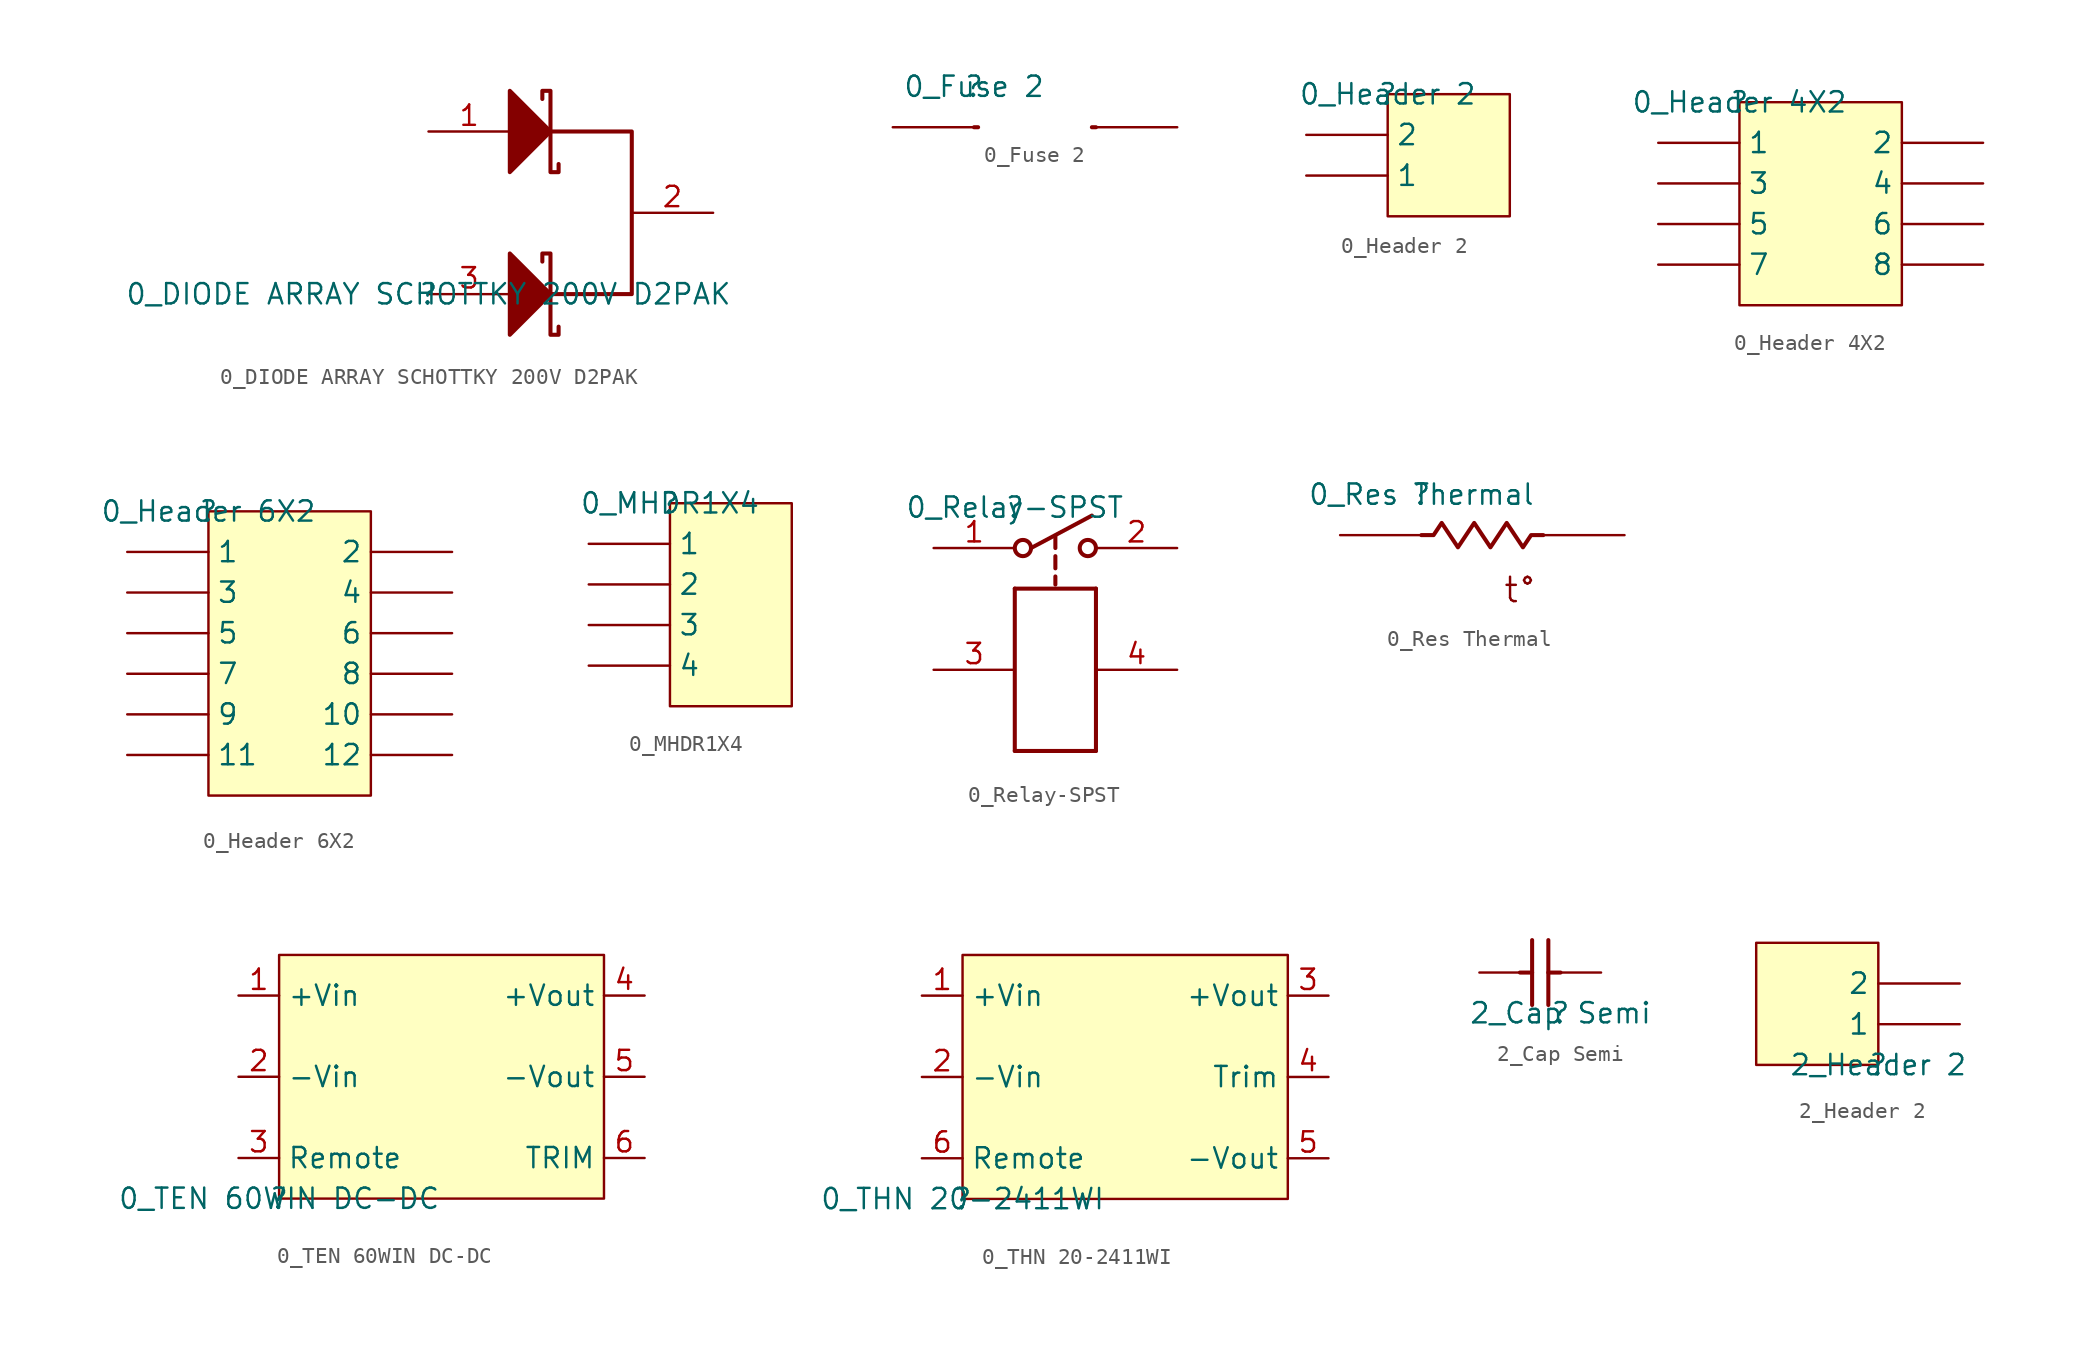
<source format=kicad_sym>
(kicad_symbol_lib
  (version 20211014)
  (generator kicad_symbol_editor)
  (symbol "0_DIODE ARRAY SCHOTTKY 200V D2PAK"
    (property "Reference" ""
      (at 0 0 0)
      (effects (font (size 1.27 1.27))))
    (property "Value" "0_DIODE ARRAY SCHOTTKY 200V D2PAK"
      (at 0 0 0)
      (effects (font (size 1.27 1.27))))
    (symbol "0_DIODE ARRAY SCHOTTKY 200V D2PAK_1_0"
      (polyline (pts (xy 5.08 -2.54) (xy 7.62 0) (xy 5.08 2.54) (xy 5.08 -2.54)) (stroke (width 0.254) (type default) (color 0 0 0 0)) (fill (type outline)))
      (polyline (pts (xy 5.08 7.62) (xy 7.62 10.16) (xy 5.08 12.7) (xy 5.08 7.62)) (stroke (width 0.254) (type default) (color 0 0 0 0)) (fill (type outline)))
      (polyline (pts (xy 7.62 10.16) (xy 12.7 10.16) (xy 12.7 0) (xy 7.62 0)) (stroke (width 0.254) (type default) (color 0 0 0 0)) (fill (type none)))
      (polyline (pts (xy 8.128 -2.032) (xy 8.128 -2.54) (xy 7.62 -2.54) (xy 7.62 2.54) (xy 7.112 2.54) (xy 7.112 2.032)) (stroke (width 0.254) (type default) (color 0 0 0 0)) (fill (type none)))
      (polyline (pts (xy 8.128 8.128) (xy 8.128 7.62) (xy 7.62 7.62) (xy 7.62 12.7) (xy 7.112 12.7) (xy 7.112 12.192)) (stroke (width 0.254) (type default) (color 0 0 0 0)) (fill (type none)))
      (pin passive line (at 0 10.16 0) (length 5.08) (name "A" (effects (font (size 0 0)))) (number "1" (effects (font (size 1.27 1.27)))))
      (pin passive line (at 17.78 5.08 180) (length 5.08) (name "A" (effects (font (size 0 0)))) (number "2" (effects (font (size 1.27 1.27)))))
      (pin passive line (at 0 0 0) (length 5.08) (name "A" (effects (font (size 0 0)))) (number "3" (effects (font (size 1.27 1.27)))))))
  (symbol "0_Fuse 2"
    (property "Reference" ""
      (at 0 0 0)
      (effects (font (size 1.27 1.27))))
    (property "Value" "0_Fuse 2"
      (at 0 0 0)
      (effects (font (size 1.27 1.27))))
    (symbol "0_Fuse 2_1_0"
      (polyline (pts (xy 0 -2.54) (xy 0.254 -2.54)) (stroke (width 0.254) (type default) (color 0 0 0 0)) (fill (type none)))
      (polyline (pts (xy 7.366 -2.54) (xy 7.62 -2.54)) (stroke (width 0.254) (type default) (color 0 0 0 0)) (fill (type none)))
      (pin passive line (at -5.08 -2.54 0) (length 5.08) (name "1" (effects (font (size 0 0)))) (number "1" (effects (font (size 0 0)))))
      (pin passive line (at 12.7 -2.54 180) (length 5.08) (name "2" (effects (font (size 0 0)))) (number "2" (effects (font (size 0 0)))))))
  (symbol "0_Header 2"
    (property "Reference" ""
      (at 0 0 0)
      (effects (font (size 1.27 1.27))))
    (property "Value" "0_Header 2"
      (at 0 0 0)
      (effects (font (size 1.27 1.27))))
    (symbol "0_Header 2_1_0"
      (rectangle (start 7.62 0) (end 0 -7.62) (stroke (width 0) (type default) (color 0 0 0 0)) (fill (type background)))
      (pin passive line (at -5.08 -5.08 0) (length 5.08) (name "1" (effects (font (size 1.27 1.27)))) (number "1" (effects (font (size 0 0)))))
      (pin passive line (at -5.08 -2.54 0) (length 5.08) (name "2" (effects (font (size 1.27 1.27)))) (number "2" (effects (font (size 0 0)))))))
  (symbol "0_Header 4X2"
    (property "Reference" ""
      (at 0 0 0)
      (effects (font (size 1.27 1.27))))
    (property "Value" "0_Header 4X2"
      (at 0 0 0)
      (effects (font (size 1.27 1.27))))
    (symbol "0_Header 4X2_1_0"
      (rectangle (start 10.16 0) (end 0 -12.7) (stroke (width 0) (type default) (color 0 0 0 0)) (fill (type background)))
      (pin passive line (at -5.08 -2.54 0) (length 5.08) (name "1" (effects (font (size 1.27 1.27)))) (number "1" (effects (font (size 0 0)))))
      (pin passive line (at 15.24 -2.54 180) (length 5.08) (name "2" (effects (font (size 1.27 1.27)))) (number "2" (effects (font (size 0 0)))))
      (pin passive line (at -5.08 -5.08 0) (length 5.08) (name "3" (effects (font (size 1.27 1.27)))) (number "3" (effects (font (size 0 0)))))
      (pin passive line (at 15.24 -5.08 180) (length 5.08) (name "4" (effects (font (size 1.27 1.27)))) (number "4" (effects (font (size 0 0)))))
      (pin passive line (at -5.08 -7.62 0) (length 5.08) (name "5" (effects (font (size 1.27 1.27)))) (number "5" (effects (font (size 0 0)))))
      (pin passive line (at 15.24 -7.62 180) (length 5.08) (name "6" (effects (font (size 1.27 1.27)))) (number "6" (effects (font (size 0 0)))))
      (pin passive line (at -5.08 -10.16 0) (length 5.08) (name "7" (effects (font (size 1.27 1.27)))) (number "7" (effects (font (size 0 0)))))
      (pin passive line (at 15.24 -10.16 180) (length 5.08) (name "8" (effects (font (size 1.27 1.27)))) (number "8" (effects (font (size 0 0)))))))
  (symbol "0_Header 6X2"
    (property "Reference" ""
      (at 0 0 0)
      (effects (font (size 1.27 1.27))))
    (property "Value" "0_Header 6X2"
      (at 0 0 0)
      (effects (font (size 1.27 1.27))))
    (symbol "0_Header 6X2_1_0"
      (rectangle (start 10.16 0) (end 0 -17.78) (stroke (width 0) (type default) (color 0 0 0 0)) (fill (type background)))
      (pin passive line (at -5.08 -2.54 0) (length 5.08) (name "1" (effects (font (size 1.27 1.27)))) (number "1" (effects (font (size 0 0)))))
      (pin passive line (at 15.24 -12.7 180) (length 5.08) (name "10" (effects (font (size 1.27 1.27)))) (number "10" (effects (font (size 0 0)))))
      (pin passive line (at -5.08 -15.24 0) (length 5.08) (name "11" (effects (font (size 1.27 1.27)))) (number "11" (effects (font (size 0 0)))))
      (pin passive line (at 15.24 -15.24 180) (length 5.08) (name "12" (effects (font (size 1.27 1.27)))) (number "12" (effects (font (size 0 0)))))
      (pin passive line (at 15.24 -2.54 180) (length 5.08) (name "2" (effects (font (size 1.27 1.27)))) (number "2" (effects (font (size 0 0)))))
      (pin passive line (at -5.08 -5.08 0) (length 5.08) (name "3" (effects (font (size 1.27 1.27)))) (number "3" (effects (font (size 0 0)))))
      (pin passive line (at 15.24 -5.08 180) (length 5.08) (name "4" (effects (font (size 1.27 1.27)))) (number "4" (effects (font (size 0 0)))))
      (pin passive line (at -5.08 -7.62 0) (length 5.08) (name "5" (effects (font (size 1.27 1.27)))) (number "5" (effects (font (size 0 0)))))
      (pin passive line (at 15.24 -7.62 180) (length 5.08) (name "6" (effects (font (size 1.27 1.27)))) (number "6" (effects (font (size 0 0)))))
      (pin passive line (at -5.08 -10.16 0) (length 5.08) (name "7" (effects (font (size 1.27 1.27)))) (number "7" (effects (font (size 0 0)))))
      (pin passive line (at 15.24 -10.16 180) (length 5.08) (name "8" (effects (font (size 1.27 1.27)))) (number "8" (effects (font (size 0 0)))))
      (pin passive line (at -5.08 -12.7 0) (length 5.08) (name "9" (effects (font (size 1.27 1.27)))) (number "9" (effects (font (size 0 0)))))))
  (symbol "0_MHDR1X4"
    (property "Reference" ""
      (at 0 0 0)
      (effects (font (size 1.27 1.27))))
    (property "Value" "0_MHDR1X4"
      (at 0 0 0)
      (effects (font (size 1.27 1.27))))
    (symbol "0_MHDR1X4_1_0"
      (rectangle (start 7.62 0) (end 0 -12.7) (stroke (width 0) (type default) (color 0 0 0 0)) (fill (type background)))
      (pin passive line (at -5.08 -2.54 0) (length 5.08) (name "1" (effects (font (size 1.27 1.27)))) (number "1" (effects (font (size 0 0)))))
      (pin passive line (at -5.08 -5.08 0) (length 5.08) (name "2" (effects (font (size 1.27 1.27)))) (number "2" (effects (font (size 0 0)))))
      (pin passive line (at -5.08 -7.62 0) (length 5.08) (name "3" (effects (font (size 1.27 1.27)))) (number "3" (effects (font (size 0 0)))))
      (pin passive line (at -5.08 -10.16 0) (length 5.08) (name "4" (effects (font (size 1.27 1.27)))) (number "4" (effects (font (size 0 0)))))))
  (symbol "0_Relay-SPST"
    (property "Reference" ""
      (at 0 0 0)
      (effects (font (size 1.27 1.27))))
    (property "Value" "0_Relay-SPST"
      (at 0 0 0)
      (effects (font (size 1.27 1.27))))
    (symbol "0_Relay-SPST_1_0"
      (polyline (pts (xy 0 -15.24) (xy 5.08 -15.24)) (stroke (width 0.254) (type default) (color 0 0 0 0)) (fill (type none)))
      (polyline (pts (xy 0 -5.08) (xy 0 -15.24)) (stroke (width 0.254) (type default) (color 0 0 0 0)) (fill (type none)))
      (polyline (pts (xy 0 -5.08) (xy 5.08 -5.08)) (stroke (width 0.254) (type default) (color 0 0 0 0)) (fill (type none)))
      (polyline (pts (xy 2.54 -4.318) (xy 2.54 -4.826)) (stroke (width 0.254) (type default) (color 0 0 0 0)) (fill (type none)))
      (polyline (pts (xy 2.54 -3.048) (xy 2.54 -3.81)) (stroke (width 0.254) (type default) (color 0 0 0 0)) (fill (type none)))
      (polyline (pts (xy 2.54 -1.778) (xy 2.54 -2.54)) (stroke (width 0.254) (type default) (color 0 0 0 0)) (fill (type none)))
      (polyline (pts (xy 4.826 -0.508) (xy 1.016 -2.54)) (stroke (width 0.254) (type default) (color 0 0 0 0)) (fill (type none)))
      (polyline (pts (xy 5.08 -5.08) (xy 5.08 -15.24)) (stroke (width 0.254) (type default) (color 0 0 0 0)) (fill (type none)))
      (circle (center 0.508 -2.54) (radius 0.508) (stroke (width 0.254) (type default) (color 0 0 0 0)) (fill (type none)))
      (circle (center 4.572 -2.54) (radius 0.508) (stroke (width 0.254) (type default) (color 0 0 0 0)) (fill (type none)))
      (pin passive line (at -5.08 -2.54 0) (length 5.08) (name "1" (effects (font (size 0 0)))) (number "1" (effects (font (size 1.27 1.27)))))
      (pin passive line (at 10.16 -2.54 180) (length 5.08) (name "2" (effects (font (size 0 0)))) (number "2" (effects (font (size 1.27 1.27)))))
      (pin passive line (at -5.08 -10.16 0) (length 5.08) (name "3" (effects (font (size 0 0)))) (number "3" (effects (font (size 1.27 1.27)))))
      (pin passive line (at 10.16 -10.16 180) (length 5.08) (name "4" (effects (font (size 0 0)))) (number "4" (effects (font (size 1.27 1.27)))))))
  (symbol "0_Res Thermal"
    (property "Reference" ""
      (at 0 0 0)
      (effects (font (size 1.27 1.27))))
    (property "Value" "0_Res Thermal"
      (at 0 0 0)
      (effects (font (size 1.27 1.27))))
    (symbol "0_Res Thermal_1_0"
      (polyline (pts (xy 0 -2.54) (xy 0.762 -2.54) (xy 1.27 -1.778) (xy 2.286 -3.302) (xy 3.302 -1.778) (xy 4.318 -3.302) (xy 5.334 -1.778) (xy 6.35 -3.302) (xy 6.858 -2.54) (xy 7.62 -2.54)) (stroke (width 0.254) (type default) (color 0 0 0 0)) (fill (type none)))
      (text "t°" (at 5.08 -6.858 0) (effects (font (size 1.524 1.524)) (justify left bottom)))
      (pin passive line (at 12.7 -2.54 180) (length 5.08) (name "1" (effects (font (size 0 0)))) (number "1" (effects (font (size 0 0)))))
      (pin passive line (at -5.08 -2.54 0) (length 5.08) (name "2" (effects (font (size 0 0)))) (number "2" (effects (font (size 0 0)))))))
  (symbol "0_TEN 60WIN DC-DC"
    (property "Reference" ""
      (at 0 0 0)
      (effects (font (size 1.27 1.27))))
    (property "Value" "0_TEN 60WIN DC-DC"
      (at 0 0 0)
      (effects (font (size 1.27 1.27))))
    (symbol "0_TEN 60WIN DC-DC_1_0"
      (rectangle (start 20.32 15.24) (end 0 0) (stroke (width 0) (type default) (color 0 0 0 0)) (fill (type background)))
      (pin passive line (at -2.54 12.7 0) (length 2.54) (name "+Vin" (effects (font (size 1.27 1.27)))) (number "1" (effects (font (size 1.27 1.27)))))
      (pin passive line (at -2.54 7.62 0) (length 2.54) (name "-Vin" (effects (font (size 1.27 1.27)))) (number "2" (effects (font (size 1.27 1.27)))))
      (pin passive line (at -2.54 2.54 0) (length 2.54) (name "Remote" (effects (font (size 1.27 1.27)))) (number "3" (effects (font (size 1.27 1.27)))))
      (pin passive line (at 22.86 12.7 180) (length 2.54) (name "+Vout" (effects (font (size 1.27 1.27)))) (number "4" (effects (font (size 1.27 1.27)))))
      (pin passive line (at 22.86 7.62 180) (length 2.54) (name "-Vout" (effects (font (size 1.27 1.27)))) (number "5" (effects (font (size 1.27 1.27)))))
      (pin passive line (at 22.86 2.54 180) (length 2.54) (name "TRIM" (effects (font (size 1.27 1.27)))) (number "6" (effects (font (size 1.27 1.27)))))))
  (symbol "0_THN 20-2411WI"
    (property "Reference" ""
      (at 0 0 0)
      (effects (font (size 1.27 1.27))))
    (property "Value" "0_THN 20-2411WI"
      (at 0 0 0)
      (effects (font (size 1.27 1.27))))
    (symbol "0_THN 20-2411WI_1_0"
      (rectangle (start 20.32 15.24) (end 0 0) (stroke (width 0) (type default) (color 0 0 0 0)) (fill (type background)))
      (pin passive line (at -2.54 12.7 0) (length 2.54) (name "+Vin" (effects (font (size 1.27 1.27)))) (number "1" (effects (font (size 1.27 1.27)))))
      (pin passive line (at -2.54 7.62 0) (length 2.54) (name "-Vin" (effects (font (size 1.27 1.27)))) (number "2" (effects (font (size 1.27 1.27)))))
      (pin passive line (at 22.86 12.7 180) (length 2.54) (name "+Vout" (effects (font (size 1.27 1.27)))) (number "3" (effects (font (size 1.27 1.27)))))
      (pin passive line (at 22.86 7.62 180) (length 2.54) (name "Trim" (effects (font (size 1.27 1.27)))) (number "4" (effects (font (size 1.27 1.27)))))
      (pin passive line (at 22.86 2.54 180) (length 2.54) (name "-Vout" (effects (font (size 1.27 1.27)))) (number "5" (effects (font (size 1.27 1.27)))))
      (pin passive line (at -2.54 2.54 0) (length 2.54) (name "Remote" (effects (font (size 1.27 1.27)))) (number "6" (effects (font (size 1.27 1.27)))))))
  (symbol "2_Cap Semi"
    (property "Reference" ""
      (at 0 0 0)
      (effects (font (size 1.27 1.27))))
    (property "Value" "2_Cap Semi"
      (at 0 0 0)
      (effects (font (size 1.27 1.27))))
    (symbol "2_Cap Semi_1_0"
      (polyline (pts (xy -2.54 2.54) (xy -1.778 2.54)) (stroke (width 0.254) (type default) (color 0 0 0 0)) (fill (type none)))
      (polyline (pts (xy -1.778 0.508) (xy -1.778 4.572)) (stroke (width 0.254) (type default) (color 0 0 0 0)) (fill (type none)))
      (polyline (pts (xy -0.762 4.572) (xy -0.762 0.508)) (stroke (width 0.254) (type default) (color 0 0 0 0)) (fill (type none)))
      (polyline (pts (xy 0 2.54) (xy -0.762 2.54)) (stroke (width 0.254) (type default) (color 0 0 0 0)) (fill (type none)))
      (pin passive line (at 2.54 2.54 180) (length 2.54) (name "1" (effects (font (size 0 0)))) (number "1" (effects (font (size 0 0)))))
      (pin passive line (at -5.08 2.54 0) (length 2.54) (name "2" (effects (font (size 0 0)))) (number "2" (effects (font (size 0 0)))))))
  (symbol "2_Header 2"
    (property "Reference" ""
      (at 0 0 0)
      (effects (font (size 1.27 1.27))))
    (property "Value" "2_Header 2"
      (at 0 0 0)
      (effects (font (size 1.27 1.27))))
    (symbol "2_Header 2_1_0"
      (rectangle (start 0 7.62) (end -7.62 0) (stroke (width 0) (type default) (color 0 0 0 0)) (fill (type background)))
      (pin passive line (at 5.08 2.54 180) (length 5.08) (name "1" (effects (font (size 1.27 1.27)))) (number "1" (effects (font (size 0 0)))))
      (pin passive line (at 5.08 5.08 180) (length 5.08) (name "2" (effects (font (size 1.27 1.27)))) (number "2" (effects (font (size 0 0))))))))
</source>
